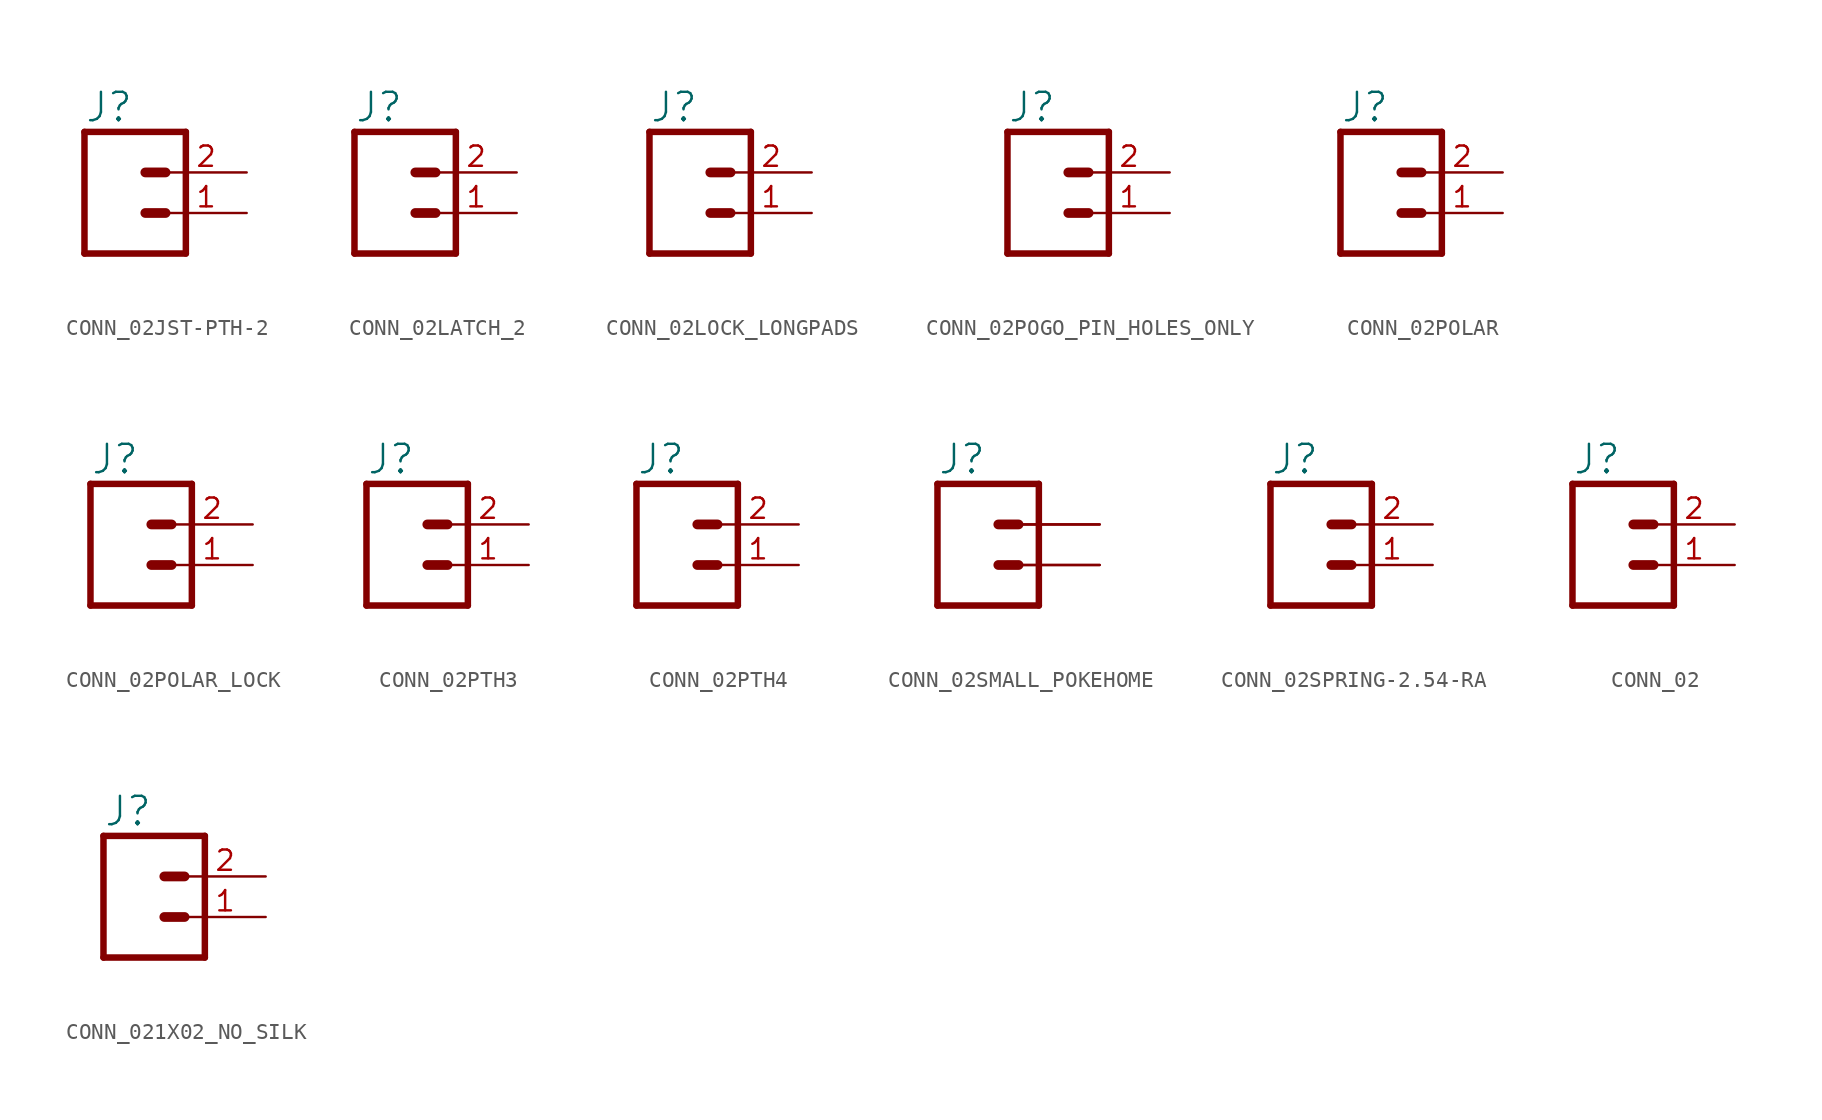
<source format=kicad_sym>
(kicad_symbol_lib
  (version 20220914)
  (generator kicad_symbol_editor)
  (symbol "CONN_02JST-PTH-2"
    (property "Reference" "J"
      (at -2.54 5.588 0)
      (effects (font (size 1.778 1.778)) (justify left bottom)))
    (property "Value" ""
      (at -2.54 -4.826 0)
      (effects (font (size 1.778 1.778)) (justify left bottom)))
    (property "ki_locked" ""
      (at 0 0 0)
      (effects (font (size 1.27 1.27))))
    (symbol "CONN_02JST-PTH-2_1_0"
      (polyline (pts (xy -2.54 5.08) (xy -2.54 -2.54)) (stroke (width 0.406) (type solid)) (fill (type none)))
      (polyline (pts (xy -2.54 5.08) (xy 3.81 5.08)) (stroke (width 0.406) (type solid)) (fill (type none)))
      (polyline (pts (xy 1.27 0) (xy 2.54 0)) (stroke (width 0.61) (type solid)) (fill (type none)))
      (polyline (pts (xy 1.27 2.54) (xy 2.54 2.54)) (stroke (width 0.61) (type solid)) (fill (type none)))
      (polyline (pts (xy 3.81 -2.54) (xy -2.54 -2.54)) (stroke (width 0.406) (type solid)) (fill (type none)))
      (polyline (pts (xy 3.81 -2.54) (xy 3.81 5.08)) (stroke (width 0.406) (type solid)) (fill (type none)))
      (pin passive line (at 7.62 0 180) (length 5.08) (name "1" (effects (font (size 0 0)))) (number "1" (effects (font (size 1.27 1.27)))))
      (pin passive line (at 7.62 2.54 180) (length 5.08) (name "2" (effects (font (size 0 0)))) (number "2" (effects (font (size 1.27 1.27)))))))
  (symbol "CONN_02LATCH_2"
    (property "Reference" "J"
      (at -2.54 5.588 0)
      (effects (font (size 1.778 1.778)) (justify left bottom)))
    (property "Value" ""
      (at -2.54 -4.826 0)
      (effects (font (size 1.778 1.778)) (justify left bottom)))
    (property "ki_locked" ""
      (at 0 0 0)
      (effects (font (size 1.27 1.27))))
    (symbol "CONN_02LATCH_2_1_0"
      (polyline (pts (xy -2.54 5.08) (xy -2.54 -2.54)) (stroke (width 0.406) (type solid)) (fill (type none)))
      (polyline (pts (xy -2.54 5.08) (xy 3.81 5.08)) (stroke (width 0.406) (type solid)) (fill (type none)))
      (polyline (pts (xy 1.27 0) (xy 2.54 0)) (stroke (width 0.61) (type solid)) (fill (type none)))
      (polyline (pts (xy 1.27 2.54) (xy 2.54 2.54)) (stroke (width 0.61) (type solid)) (fill (type none)))
      (polyline (pts (xy 3.81 -2.54) (xy -2.54 -2.54)) (stroke (width 0.406) (type solid)) (fill (type none)))
      (polyline (pts (xy 3.81 -2.54) (xy 3.81 5.08)) (stroke (width 0.406) (type solid)) (fill (type none)))
      (pin passive line (at 7.62 0 180) (length 5.08) (name "1" (effects (font (size 0 0)))) (number "1" (effects (font (size 1.27 1.27)))))
      (pin passive line (at 7.62 2.54 180) (length 5.08) (name "2" (effects (font (size 0 0)))) (number "2" (effects (font (size 1.27 1.27)))))))
  (symbol "CONN_02LOCK_LONGPADS"
    (property "Reference" "J"
      (at -2.54 5.588 0)
      (effects (font (size 1.778 1.778)) (justify left bottom)))
    (property "Value" ""
      (at -2.54 -4.826 0)
      (effects (font (size 1.778 1.778)) (justify left bottom)))
    (property "ki_locked" ""
      (at 0 0 0)
      (effects (font (size 1.27 1.27))))
    (symbol "CONN_02LOCK_LONGPADS_1_0"
      (polyline (pts (xy -2.54 5.08) (xy -2.54 -2.54)) (stroke (width 0.406) (type solid)) (fill (type none)))
      (polyline (pts (xy -2.54 5.08) (xy 3.81 5.08)) (stroke (width 0.406) (type solid)) (fill (type none)))
      (polyline (pts (xy 1.27 0) (xy 2.54 0)) (stroke (width 0.61) (type solid)) (fill (type none)))
      (polyline (pts (xy 1.27 2.54) (xy 2.54 2.54)) (stroke (width 0.61) (type solid)) (fill (type none)))
      (polyline (pts (xy 3.81 -2.54) (xy -2.54 -2.54)) (stroke (width 0.406) (type solid)) (fill (type none)))
      (polyline (pts (xy 3.81 -2.54) (xy 3.81 5.08)) (stroke (width 0.406) (type solid)) (fill (type none)))
      (pin passive line (at 7.62 0 180) (length 5.08) (name "1" (effects (font (size 0 0)))) (number "1" (effects (font (size 1.27 1.27)))))
      (pin passive line (at 7.62 2.54 180) (length 5.08) (name "2" (effects (font (size 0 0)))) (number "2" (effects (font (size 1.27 1.27)))))))
  (symbol "CONN_02POGO_PIN_HOLES_ONLY"
    (property "Reference" "J"
      (at -2.54 5.588 0)
      (effects (font (size 1.778 1.778)) (justify left bottom)))
    (property "Value" ""
      (at -2.54 -4.826 0)
      (effects (font (size 1.778 1.778)) (justify left bottom)))
    (property "ki_locked" ""
      (at 0 0 0)
      (effects (font (size 1.27 1.27))))
    (symbol "CONN_02POGO_PIN_HOLES_ONLY_1_0"
      (polyline (pts (xy -2.54 5.08) (xy -2.54 -2.54)) (stroke (width 0.406) (type solid)) (fill (type none)))
      (polyline (pts (xy -2.54 5.08) (xy 3.81 5.08)) (stroke (width 0.406) (type solid)) (fill (type none)))
      (polyline (pts (xy 1.27 0) (xy 2.54 0)) (stroke (width 0.61) (type solid)) (fill (type none)))
      (polyline (pts (xy 1.27 2.54) (xy 2.54 2.54)) (stroke (width 0.61) (type solid)) (fill (type none)))
      (polyline (pts (xy 3.81 -2.54) (xy -2.54 -2.54)) (stroke (width 0.406) (type solid)) (fill (type none)))
      (polyline (pts (xy 3.81 -2.54) (xy 3.81 5.08)) (stroke (width 0.406) (type solid)) (fill (type none)))
      (pin passive line (at 7.62 0 180) (length 5.08) (name "1" (effects (font (size 0 0)))) (number "1" (effects (font (size 1.27 1.27)))))
      (pin passive line (at 7.62 2.54 180) (length 5.08) (name "2" (effects (font (size 0 0)))) (number "2" (effects (font (size 1.27 1.27)))))))
  (symbol "CONN_02POLAR"
    (property "Reference" "J"
      (at -2.54 5.588 0)
      (effects (font (size 1.778 1.778)) (justify left bottom)))
    (property "Value" ""
      (at -2.54 -4.826 0)
      (effects (font (size 1.778 1.778)) (justify left bottom)))
    (property "ki_locked" ""
      (at 0 0 0)
      (effects (font (size 1.27 1.27))))
    (symbol "CONN_02POLAR_1_0"
      (polyline (pts (xy -2.54 5.08) (xy -2.54 -2.54)) (stroke (width 0.406) (type solid)) (fill (type none)))
      (polyline (pts (xy -2.54 5.08) (xy 3.81 5.08)) (stroke (width 0.406) (type solid)) (fill (type none)))
      (polyline (pts (xy 1.27 0) (xy 2.54 0)) (stroke (width 0.61) (type solid)) (fill (type none)))
      (polyline (pts (xy 1.27 2.54) (xy 2.54 2.54)) (stroke (width 0.61) (type solid)) (fill (type none)))
      (polyline (pts (xy 3.81 -2.54) (xy -2.54 -2.54)) (stroke (width 0.406) (type solid)) (fill (type none)))
      (polyline (pts (xy 3.81 -2.54) (xy 3.81 5.08)) (stroke (width 0.406) (type solid)) (fill (type none)))
      (pin passive line (at 7.62 0 180) (length 5.08) (name "1" (effects (font (size 0 0)))) (number "1" (effects (font (size 1.27 1.27)))))
      (pin passive line (at 7.62 2.54 180) (length 5.08) (name "2" (effects (font (size 0 0)))) (number "2" (effects (font (size 1.27 1.27)))))))
  (symbol "CONN_02POLAR_LOCK"
    (property "Reference" "J"
      (at -2.54 5.588 0)
      (effects (font (size 1.778 1.778)) (justify left bottom)))
    (property "Value" ""
      (at -2.54 -4.826 0)
      (effects (font (size 1.778 1.778)) (justify left bottom)))
    (property "ki_locked" ""
      (at 0 0 0)
      (effects (font (size 1.27 1.27))))
    (symbol "CONN_02POLAR_LOCK_1_0"
      (polyline (pts (xy -2.54 5.08) (xy -2.54 -2.54)) (stroke (width 0.406) (type solid)) (fill (type none)))
      (polyline (pts (xy -2.54 5.08) (xy 3.81 5.08)) (stroke (width 0.406) (type solid)) (fill (type none)))
      (polyline (pts (xy 1.27 0) (xy 2.54 0)) (stroke (width 0.61) (type solid)) (fill (type none)))
      (polyline (pts (xy 1.27 2.54) (xy 2.54 2.54)) (stroke (width 0.61) (type solid)) (fill (type none)))
      (polyline (pts (xy 3.81 -2.54) (xy -2.54 -2.54)) (stroke (width 0.406) (type solid)) (fill (type none)))
      (polyline (pts (xy 3.81 -2.54) (xy 3.81 5.08)) (stroke (width 0.406) (type solid)) (fill (type none)))
      (pin passive line (at 7.62 0 180) (length 5.08) (name "1" (effects (font (size 0 0)))) (number "1" (effects (font (size 1.27 1.27)))))
      (pin passive line (at 7.62 2.54 180) (length 5.08) (name "2" (effects (font (size 0 0)))) (number "2" (effects (font (size 1.27 1.27)))))))
  (symbol "CONN_02PTH3"
    (property "Reference" "J"
      (at -2.54 5.588 0)
      (effects (font (size 1.778 1.778)) (justify left bottom)))
    (property "Value" ""
      (at -2.54 -4.826 0)
      (effects (font (size 1.778 1.778)) (justify left bottom)))
    (property "ki_locked" ""
      (at 0 0 0)
      (effects (font (size 1.27 1.27))))
    (symbol "CONN_02PTH3_1_0"
      (polyline (pts (xy -2.54 5.08) (xy -2.54 -2.54)) (stroke (width 0.406) (type solid)) (fill (type none)))
      (polyline (pts (xy -2.54 5.08) (xy 3.81 5.08)) (stroke (width 0.406) (type solid)) (fill (type none)))
      (polyline (pts (xy 1.27 0) (xy 2.54 0)) (stroke (width 0.61) (type solid)) (fill (type none)))
      (polyline (pts (xy 1.27 2.54) (xy 2.54 2.54)) (stroke (width 0.61) (type solid)) (fill (type none)))
      (polyline (pts (xy 3.81 -2.54) (xy -2.54 -2.54)) (stroke (width 0.406) (type solid)) (fill (type none)))
      (polyline (pts (xy 3.81 -2.54) (xy 3.81 5.08)) (stroke (width 0.406) (type solid)) (fill (type none)))
      (pin passive line (at 7.62 0 180) (length 5.08) (name "1" (effects (font (size 0 0)))) (number "1" (effects (font (size 1.27 1.27)))))
      (pin passive line (at 7.62 2.54 180) (length 5.08) (name "2" (effects (font (size 0 0)))) (number "2" (effects (font (size 1.27 1.27)))))))
  (symbol "CONN_02PTH4"
    (property "Reference" "J"
      (at -2.54 5.588 0)
      (effects (font (size 1.778 1.778)) (justify left bottom)))
    (property "Value" ""
      (at -2.54 -4.826 0)
      (effects (font (size 1.778 1.778)) (justify left bottom)))
    (property "ki_locked" ""
      (at 0 0 0)
      (effects (font (size 1.27 1.27))))
    (symbol "CONN_02PTH4_1_0"
      (polyline (pts (xy -2.54 5.08) (xy -2.54 -2.54)) (stroke (width 0.406) (type solid)) (fill (type none)))
      (polyline (pts (xy -2.54 5.08) (xy 3.81 5.08)) (stroke (width 0.406) (type solid)) (fill (type none)))
      (polyline (pts (xy 1.27 0) (xy 2.54 0)) (stroke (width 0.61) (type solid)) (fill (type none)))
      (polyline (pts (xy 1.27 2.54) (xy 2.54 2.54)) (stroke (width 0.61) (type solid)) (fill (type none)))
      (polyline (pts (xy 3.81 -2.54) (xy -2.54 -2.54)) (stroke (width 0.406) (type solid)) (fill (type none)))
      (polyline (pts (xy 3.81 -2.54) (xy 3.81 5.08)) (stroke (width 0.406) (type solid)) (fill (type none)))
      (pin passive line (at 7.62 0 180) (length 5.08) (name "1" (effects (font (size 0 0)))) (number "1" (effects (font (size 1.27 1.27)))))
      (pin passive line (at 7.62 2.54 180) (length 5.08) (name "2" (effects (font (size 0 0)))) (number "2" (effects (font (size 1.27 1.27)))))))
  (symbol "CONN_02SMALL_POKEHOME"
    (property "Reference" "J"
      (at -2.54 5.588 0)
      (effects (font (size 1.778 1.778)) (justify left bottom)))
    (property "Value" ""
      (at -2.54 -4.826 0)
      (effects (font (size 1.778 1.778)) (justify left bottom)))
    (property "ki_locked" ""
      (at 0 0 0)
      (effects (font (size 1.27 1.27))))
    (symbol "CONN_02SMALL_POKEHOME_1_0"
      (polyline (pts (xy -2.54 5.08) (xy -2.54 -2.54)) (stroke (width 0.406) (type solid)) (fill (type none)))
      (polyline (pts (xy -2.54 5.08) (xy 3.81 5.08)) (stroke (width 0.406) (type solid)) (fill (type none)))
      (polyline (pts (xy 1.27 0) (xy 2.54 0)) (stroke (width 0.61) (type solid)) (fill (type none)))
      (polyline (pts (xy 1.27 2.54) (xy 2.54 2.54)) (stroke (width 0.61) (type solid)) (fill (type none)))
      (polyline (pts (xy 3.81 -2.54) (xy -2.54 -2.54)) (stroke (width 0.406) (type solid)) (fill (type none)))
      (polyline (pts (xy 3.81 -2.54) (xy 3.81 5.08)) (stroke (width 0.406) (type solid)) (fill (type none)))
      (pin passive line (at 7.62 0 180) (length 5.08) (name "1" (effects (font (size 0 0)))) (number "P1" (effects (font (size 0 0)))))
      (pin passive line (at 7.62 2.54 180) (length 5.08) (name "2" (effects (font (size 0 0)))) (number "P2" (effects (font (size 0 0)))))
      (pin passive line (at 7.62 0 180) (length 5.08) (name "1" (effects (font (size 0 0)))) (number "P3" (effects (font (size 0 0)))))
      (pin passive line (at 7.62 2.54 180) (length 5.08) (name "2" (effects (font (size 0 0)))) (number "P4" (effects (font (size 0 0)))))))
  (symbol "CONN_02SPRING-2.54-RA"
    (property "Reference" "J"
      (at -2.54 5.588 0)
      (effects (font (size 1.778 1.778)) (justify left bottom)))
    (property "Value" ""
      (at -2.54 -4.826 0)
      (effects (font (size 1.778 1.778)) (justify left bottom)))
    (property "ki_locked" ""
      (at 0 0 0)
      (effects (font (size 1.27 1.27))))
    (symbol "CONN_02SPRING-2.54-RA_1_0"
      (polyline (pts (xy -2.54 5.08) (xy -2.54 -2.54)) (stroke (width 0.406) (type solid)) (fill (type none)))
      (polyline (pts (xy -2.54 5.08) (xy 3.81 5.08)) (stroke (width 0.406) (type solid)) (fill (type none)))
      (polyline (pts (xy 1.27 0) (xy 2.54 0)) (stroke (width 0.61) (type solid)) (fill (type none)))
      (polyline (pts (xy 1.27 2.54) (xy 2.54 2.54)) (stroke (width 0.61) (type solid)) (fill (type none)))
      (polyline (pts (xy 3.81 -2.54) (xy -2.54 -2.54)) (stroke (width 0.406) (type solid)) (fill (type none)))
      (polyline (pts (xy 3.81 -2.54) (xy 3.81 5.08)) (stroke (width 0.406) (type solid)) (fill (type none)))
      (pin passive line (at 7.62 0 180) (length 5.08) (name "1" (effects (font (size 0 0)))) (number "1" (effects (font (size 1.27 1.27)))))
      (pin passive line (at 7.62 2.54 180) (length 5.08) (name "2" (effects (font (size 0 0)))) (number "2" (effects (font (size 1.27 1.27)))))))
  (symbol "CONN_02"
    (property "Reference" "J"
      (at -2.54 5.588 0)
      (effects (font (size 1.778 1.778)) (justify left bottom)))
    (property "Value" ""
      (at -2.54 -4.826 0)
      (effects (font (size 1.778 1.778)) (justify left bottom)))
    (property "ki_locked" ""
      (at 0 0 0)
      (effects (font (size 1.27 1.27))))
    (symbol "CONN_02_1_0"
      (polyline (pts (xy -2.54 5.08) (xy -2.54 -2.54)) (stroke (width 0.406) (type solid)) (fill (type none)))
      (polyline (pts (xy -2.54 5.08) (xy 3.81 5.08)) (stroke (width 0.406) (type solid)) (fill (type none)))
      (polyline (pts (xy 1.27 0) (xy 2.54 0)) (stroke (width 0.61) (type solid)) (fill (type none)))
      (polyline (pts (xy 1.27 2.54) (xy 2.54 2.54)) (stroke (width 0.61) (type solid)) (fill (type none)))
      (polyline (pts (xy 3.81 -2.54) (xy -2.54 -2.54)) (stroke (width 0.406) (type solid)) (fill (type none)))
      (polyline (pts (xy 3.81 -2.54) (xy 3.81 5.08)) (stroke (width 0.406) (type solid)) (fill (type none)))
      (pin passive line (at 7.62 0 180) (length 5.08) (name "1" (effects (font (size 0 0)))) (number "1" (effects (font (size 1.27 1.27)))))
      (pin passive line (at 7.62 2.54 180) (length 5.08) (name "2" (effects (font (size 0 0)))) (number "2" (effects (font (size 1.27 1.27)))))))
  (symbol "CONN_021X02_NO_SILK"
    (property "Reference" "J"
      (at -2.54 5.588 0)
      (effects (font (size 1.778 1.778)) (justify left bottom)))
    (property "Value" ""
      (at -2.54 -4.826 0)
      (effects (font (size 1.778 1.778)) (justify left bottom)))
    (property "ki_locked" ""
      (at 0 0 0)
      (effects (font (size 1.27 1.27))))
    (symbol "CONN_021X02_NO_SILK_1_0"
      (polyline (pts (xy -2.54 5.08) (xy -2.54 -2.54)) (stroke (width 0.406) (type solid)) (fill (type none)))
      (polyline (pts (xy -2.54 5.08) (xy 3.81 5.08)) (stroke (width 0.406) (type solid)) (fill (type none)))
      (polyline (pts (xy 1.27 0) (xy 2.54 0)) (stroke (width 0.61) (type solid)) (fill (type none)))
      (polyline (pts (xy 1.27 2.54) (xy 2.54 2.54)) (stroke (width 0.61) (type solid)) (fill (type none)))
      (polyline (pts (xy 3.81 -2.54) (xy -2.54 -2.54)) (stroke (width 0.406) (type solid)) (fill (type none)))
      (polyline (pts (xy 3.81 -2.54) (xy 3.81 5.08)) (stroke (width 0.406) (type solid)) (fill (type none)))
      (pin passive line (at 7.62 0 180) (length 5.08) (name "1" (effects (font (size 0 0)))) (number "1" (effects (font (size 1.27 1.27)))))
      (pin passive line (at 7.62 2.54 180) (length 5.08) (name "2" (effects (font (size 0 0)))) (number "2" (effects (font (size 1.27 1.27))))))))
</source>
